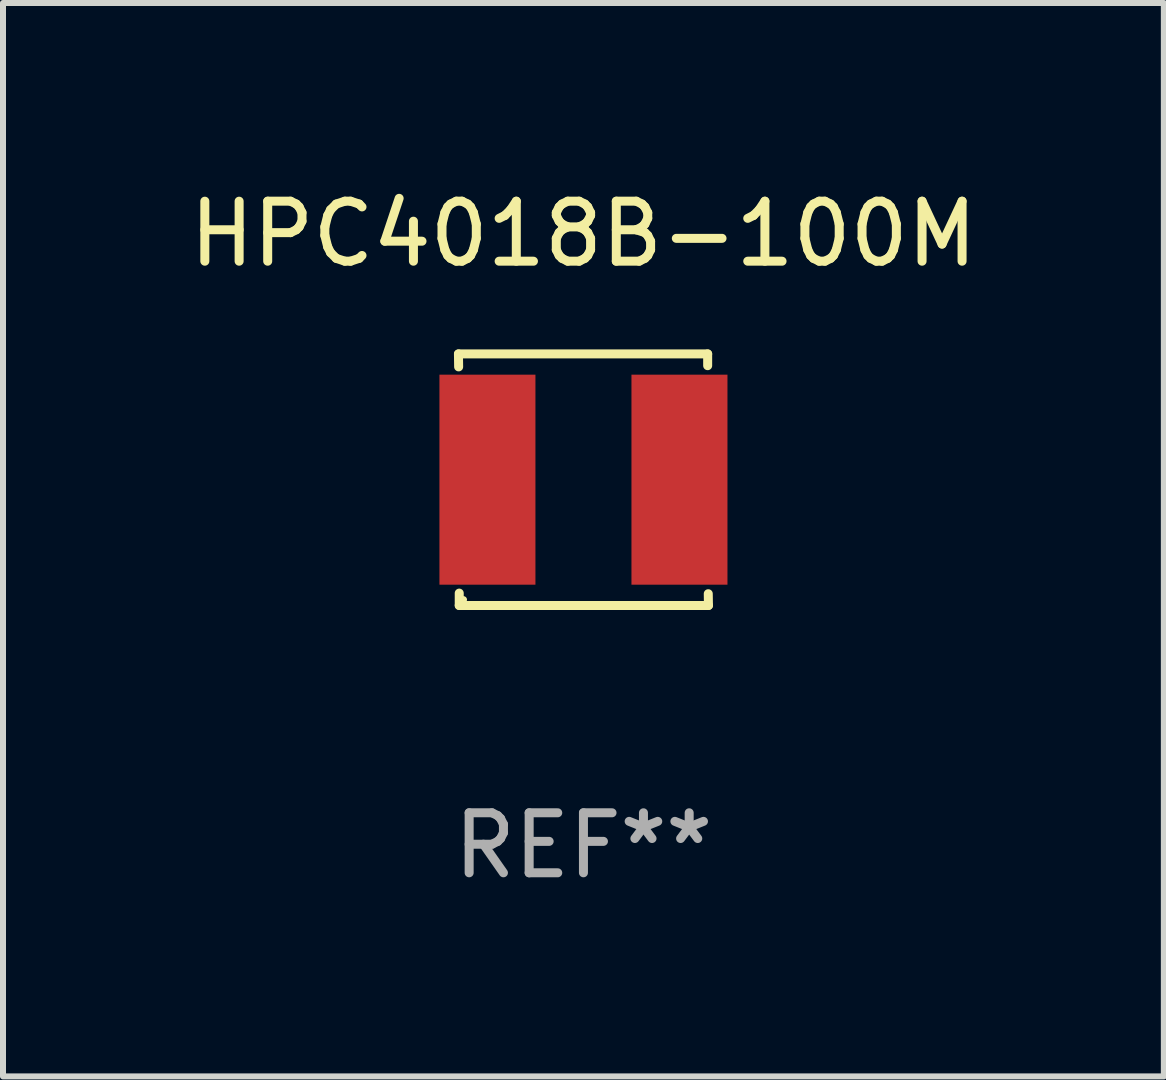
<source format=kicad_pcb>
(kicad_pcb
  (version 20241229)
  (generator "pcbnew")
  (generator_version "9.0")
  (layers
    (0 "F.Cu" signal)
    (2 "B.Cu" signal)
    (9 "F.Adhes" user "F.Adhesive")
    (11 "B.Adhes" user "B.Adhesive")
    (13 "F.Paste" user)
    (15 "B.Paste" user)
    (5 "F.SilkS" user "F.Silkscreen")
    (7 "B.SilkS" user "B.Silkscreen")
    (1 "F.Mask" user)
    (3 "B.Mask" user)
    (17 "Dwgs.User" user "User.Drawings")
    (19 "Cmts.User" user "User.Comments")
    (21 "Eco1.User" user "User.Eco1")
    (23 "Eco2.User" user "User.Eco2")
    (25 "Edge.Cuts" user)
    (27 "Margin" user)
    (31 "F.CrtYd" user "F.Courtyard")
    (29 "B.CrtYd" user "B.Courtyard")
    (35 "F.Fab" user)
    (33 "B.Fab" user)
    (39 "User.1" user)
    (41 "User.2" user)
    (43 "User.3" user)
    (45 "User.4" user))
  (footprint "HPC4018B-100M"
    (layer "F.Cu")
    (at 6.673 4.944)
    (property "Reference" "HPC4018B-100M" (at 0 -4.096 0) (layer "F.SilkS") (effects (font (size 1 1) (thickness 0.15))))
    (attr through_hole)
    (fp_line (start -2.083 -2.096) (end -2.08 -1.88) (stroke (width 0.15) (type solid)) (layer "F.SilkS"))
    (fp_line (start -2.07 1.89) (end -2.07 2.096) (stroke (width 0.15) (type solid)) (layer "F.SilkS"))
    (fp_line (start -2.07 2.096) (end 2.083 2.096) (stroke (width 0.15) (type solid)) (layer "F.SilkS"))
    (fp_line (start 2.07 -1.9) (end 2.07 -2.096) (stroke (width 0.15) (type solid)) (layer "F.SilkS"))
    (fp_line (start 2.07 -2.096) (end -2.083 -2.096) (stroke (width 0.15) (type solid)) (layer "F.SilkS"))
    (fp_line (start 2.083 2.096) (end 2.08 1.9) (stroke (width 0.15) (type solid)) (layer "F.SilkS"))
    (fp_circle (center -2 2) (end -1.97 2) (stroke (width 0.06) (type solid)) (fill no) (layer "F.SilkS"))
    (fp_text user "REF**" (at 0 6.096 0) (layer "F.Fab") (effects (font (size 1 1) (thickness 0.15))))
    (pad "1" smd rect (at -1.6 -0.000343) (size 1.6 3.5) (layers "F.Cu" "F.Mask" "F.Paste"))
    (pad "2" smd rect (at 1.6 -0.000343) (size 1.6 3.5) (layers "F.Cu" "F.Mask" "F.Paste")))
  (gr_rect
    (start -3 -3)
    (end 16.345 14.888)
    (stroke (width 0.1) (type default))
    (fill no)
    (layer "Edge.Cuts")))
</source>
